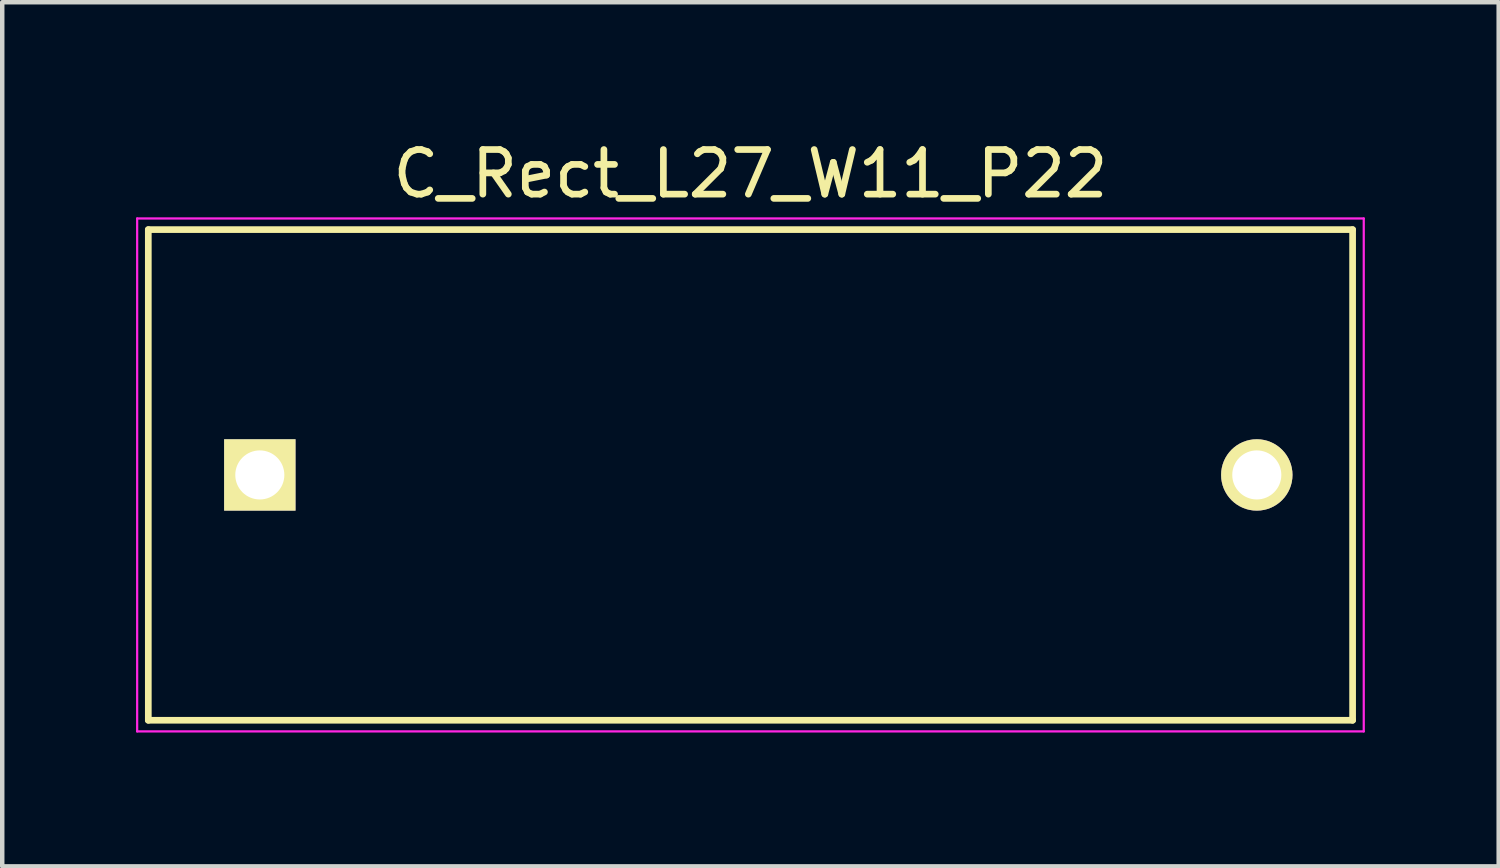
<source format=kicad_pcb>
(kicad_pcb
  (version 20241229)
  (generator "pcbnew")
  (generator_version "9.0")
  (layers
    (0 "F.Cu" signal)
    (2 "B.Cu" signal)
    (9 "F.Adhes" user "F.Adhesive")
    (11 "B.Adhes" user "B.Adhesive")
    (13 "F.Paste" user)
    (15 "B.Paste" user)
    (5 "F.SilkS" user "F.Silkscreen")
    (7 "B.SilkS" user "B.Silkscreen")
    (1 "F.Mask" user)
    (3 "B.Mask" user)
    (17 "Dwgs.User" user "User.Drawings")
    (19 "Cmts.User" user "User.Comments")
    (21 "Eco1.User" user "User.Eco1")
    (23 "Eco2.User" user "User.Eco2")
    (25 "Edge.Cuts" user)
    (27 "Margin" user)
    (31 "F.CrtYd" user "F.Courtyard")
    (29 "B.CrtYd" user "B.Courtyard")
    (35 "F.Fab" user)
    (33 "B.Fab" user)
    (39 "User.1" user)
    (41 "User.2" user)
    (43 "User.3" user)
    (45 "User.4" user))
  (footprint "C_Rect_L27_W11_P22"
    (layer "F.Cu")
    (at 2.775 7.598)
    (property "Reference" "C_Rect_L27_W11_P22" (at 11 -6.75 0) (layer "F.SilkS") (effects (font (size 1 1) (thickness 0.15))))
    (attr through_hole)
    (fp_line (start -2.5 -5.5) (end 24.5 -5.5) (stroke (width 0.15) (type solid)) (layer "F.SilkS"))
    (fp_line (start -2.5 5.5) (end -2.5 -5.5) (stroke (width 0.15) (type solid)) (layer "F.SilkS"))
    (fp_line (start 24.5 -5.5) (end 24.5 5.5) (stroke (width 0.15) (type solid)) (layer "F.SilkS"))
    (fp_line (start 24.5 5.5) (end -2.5 5.5) (stroke (width 0.15) (type solid)) (layer "F.SilkS"))
    (fp_line (start -2.75 -5.75) (end 24.75 -5.75) (stroke (width 0.05) (type solid)) (layer "F.CrtYd"))
    (fp_line (start -2.75 5.75) (end -2.75 -5.75) (stroke (width 0.05) (type solid)) (layer "F.CrtYd"))
    (fp_line (start 24.75 -5.75) (end 24.75 5.75) (stroke (width 0.05) (type solid)) (layer "F.CrtYd"))
    (fp_line (start 24.75 5.75) (end -2.75 5.75) (stroke (width 0.05) (type solid)) (layer "F.CrtYd"))
    (pad "1" thru_hole rect (at 0 0) (size 1.6 1.6) (drill 1.1) (layers "*.Cu" "*.Mask" "F.SilkS"))
    (pad "2" thru_hole circle (at 22.352 0) (size 1.6 1.6) (drill 1.1) (layers "*.Cu" "*.Mask" "F.SilkS")))
  (gr_rect
    (start -3 -3)
    (end 30.55 16.373)
    (stroke (width 0.1) (type default))
    (fill no)
    (layer "Edge.Cuts")))
</source>
